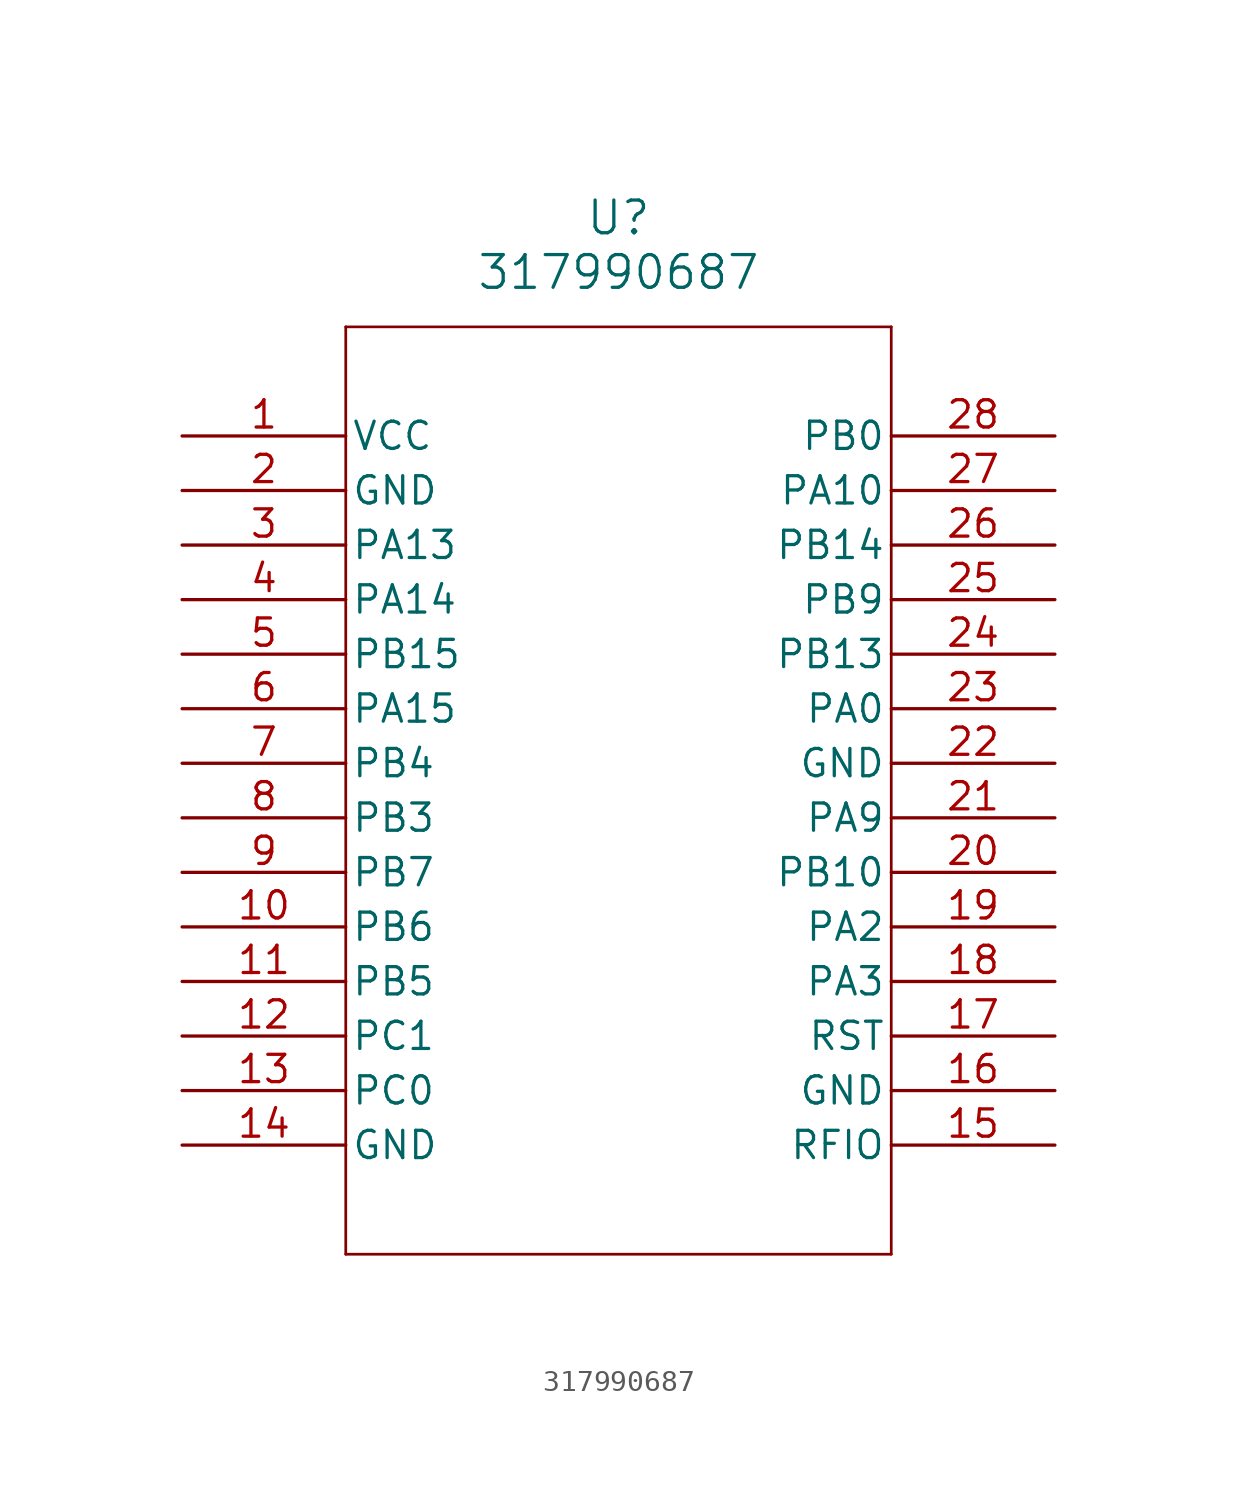
<source format=kicad_sym>
(kicad_symbol_lib
  (version 20211014)
  (generator kicad_symbol_editor)
  (symbol "317990687"
    (pin_names
      (offset 0.254))
    (property "Reference" "U"
      (at 20.32 10.16 0)
      (effects (font (size 1.524 1.524))))
    (property "Value" "317990687"
      (at 20.32 7.62 0)
      (effects (font (size 1.524 1.524))))
    (symbol "317990687_0_1"
      (polyline (pts (xy 7.62 5.08) (xy 7.62 -38.1)) (stroke (width 0.127) (type default) (color 0 0 0 0)) (fill (type none)))
      (polyline (pts (xy 7.62 -38.1) (xy 33.02 -38.1)) (stroke (width 0.127) (type default) (color 0 0 0 0)) (fill (type none)))
      (polyline (pts (xy 33.02 -38.1) (xy 33.02 5.08)) (stroke (width 0.127) (type default) (color 0 0 0 0)) (fill (type none)))
      (polyline (pts (xy 33.02 5.08) (xy 7.62 5.08)) (stroke (width 0.127) (type default) (color 0 0 0 0)) (fill (type none)))
      (pin power_in line (at 0 0 0) (length 7.62) (name "VCC" (effects (font (size 1.27 1.27)))) (number "1" (effects (font (size 1.27 1.27)))))
      (pin power_out line (at 0 -2.54 0) (length 7.62) (name "GND" (effects (font (size 1.27 1.27)))) (number "2" (effects (font (size 1.27 1.27)))))
      (pin bidirectional line (at 0 -5.08 0) (length 7.62) (name "PA13" (effects (font (size 1.27 1.27)))) (number "3" (effects (font (size 1.27 1.27)))))
      (pin bidirectional line (at 0 -7.62 0) (length 7.62) (name "PA14" (effects (font (size 1.27 1.27)))) (number "4" (effects (font (size 1.27 1.27)))))
      (pin bidirectional line (at 0 -10.16 0) (length 7.62) (name "PB15" (effects (font (size 1.27 1.27)))) (number "5" (effects (font (size 1.27 1.27)))))
      (pin bidirectional line (at 0 -12.7 0) (length 7.62) (name "PA15" (effects (font (size 1.27 1.27)))) (number "6" (effects (font (size 1.27 1.27)))))
      (pin bidirectional line (at 0 -15.24 0) (length 7.62) (name "PB4" (effects (font (size 1.27 1.27)))) (number "7" (effects (font (size 1.27 1.27)))))
      (pin bidirectional line (at 0 -17.78 0) (length 7.62) (name "PB3" (effects (font (size 1.27 1.27)))) (number "8" (effects (font (size 1.27 1.27)))))
      (pin bidirectional line (at 0 -20.32 0) (length 7.62) (name "PB7" (effects (font (size 1.27 1.27)))) (number "9" (effects (font (size 1.27 1.27)))))
      (pin bidirectional line (at 0 -22.86 0) (length 7.62) (name "PB6" (effects (font (size 1.27 1.27)))) (number "10" (effects (font (size 1.27 1.27)))))
      (pin bidirectional line (at 0 -25.4 0) (length 7.62) (name "PB5" (effects (font (size 1.27 1.27)))) (number "11" (effects (font (size 1.27 1.27)))))
      (pin bidirectional line (at 0 -27.94 0) (length 7.62) (name "PC1" (effects (font (size 1.27 1.27)))) (number "12" (effects (font (size 1.27 1.27)))))
      (pin bidirectional line (at 0 -30.48 0) (length 7.62) (name "PC0" (effects (font (size 1.27 1.27)))) (number "13" (effects (font (size 1.27 1.27)))))
      (pin power_out line (at 0 -33.02 0) (length 7.62) (name "GND" (effects (font (size 1.27 1.27)))) (number "14" (effects (font (size 1.27 1.27)))))
      (pin unspecified line (at 40.64 -33.02 180) (length 7.62) (name "RFIO" (effects (font (size 1.27 1.27)))) (number "15" (effects (font (size 1.27 1.27)))))
      (pin power_out line (at 40.64 -30.48 180) (length 7.62) (name "GND" (effects (font (size 1.27 1.27)))) (number "16" (effects (font (size 1.27 1.27)))))
      (pin unspecified line (at 40.64 -27.94 180) (length 7.62) (name "RST" (effects (font (size 1.27 1.27)))) (number "17" (effects (font (size 1.27 1.27)))))
      (pin bidirectional line (at 40.64 -25.4 180) (length 7.62) (name "PA3" (effects (font (size 1.27 1.27)))) (number "18" (effects (font (size 1.27 1.27)))))
      (pin bidirectional line (at 40.64 -22.86 180) (length 7.62) (name "PA2" (effects (font (size 1.27 1.27)))) (number "19" (effects (font (size 1.27 1.27)))))
      (pin bidirectional line (at 40.64 -20.32 180) (length 7.62) (name "PB10" (effects (font (size 1.27 1.27)))) (number "20" (effects (font (size 1.27 1.27)))))
      (pin bidirectional line (at 40.64 -17.78 180) (length 7.62) (name "PA9" (effects (font (size 1.27 1.27)))) (number "21" (effects (font (size 1.27 1.27)))))
      (pin power_out line (at 40.64 -15.24 180) (length 7.62) (name "GND" (effects (font (size 1.27 1.27)))) (number "22" (effects (font (size 1.27 1.27)))))
      (pin bidirectional line (at 40.64 -12.7 180) (length 7.62) (name "PA0" (effects (font (size 1.27 1.27)))) (number "23" (effects (font (size 1.27 1.27)))))
      (pin bidirectional line (at 40.64 -10.16 180) (length 7.62) (name "PB13" (effects (font (size 1.27 1.27)))) (number "24" (effects (font (size 1.27 1.27)))))
      (pin bidirectional line (at 40.64 -7.62 180) (length 7.62) (name "PB9" (effects (font (size 1.27 1.27)))) (number "25" (effects (font (size 1.27 1.27)))))
      (pin bidirectional line (at 40.64 -5.08 180) (length 7.62) (name "PB14" (effects (font (size 1.27 1.27)))) (number "26" (effects (font (size 1.27 1.27)))))
      (pin bidirectional line (at 40.64 -2.54 180) (length 7.62) (name "PA10" (effects (font (size 1.27 1.27)))) (number "27" (effects (font (size 1.27 1.27)))))
      (pin bidirectional line (at 40.64 0 180) (length 7.62) (name "PB0" (effects (font (size 1.27 1.27)))) (number "28" (effects (font (size 1.27 1.27))))))))
</source>
